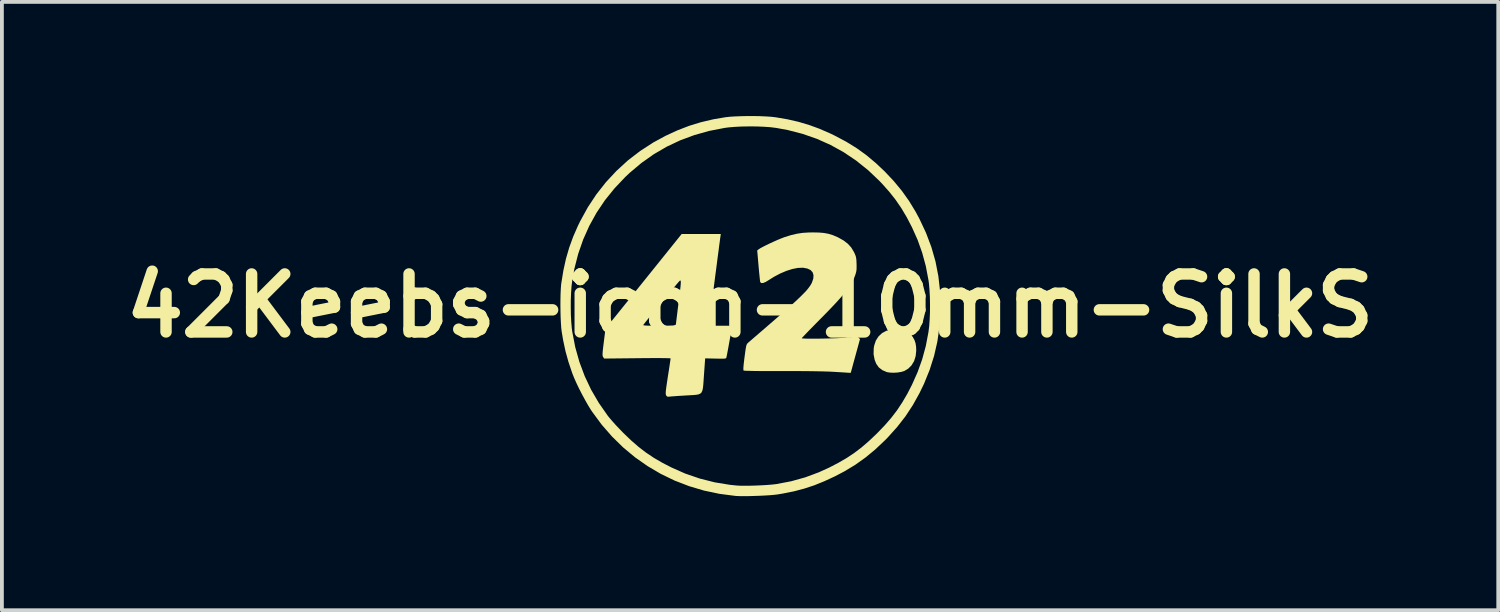
<source format=kicad_pcb>
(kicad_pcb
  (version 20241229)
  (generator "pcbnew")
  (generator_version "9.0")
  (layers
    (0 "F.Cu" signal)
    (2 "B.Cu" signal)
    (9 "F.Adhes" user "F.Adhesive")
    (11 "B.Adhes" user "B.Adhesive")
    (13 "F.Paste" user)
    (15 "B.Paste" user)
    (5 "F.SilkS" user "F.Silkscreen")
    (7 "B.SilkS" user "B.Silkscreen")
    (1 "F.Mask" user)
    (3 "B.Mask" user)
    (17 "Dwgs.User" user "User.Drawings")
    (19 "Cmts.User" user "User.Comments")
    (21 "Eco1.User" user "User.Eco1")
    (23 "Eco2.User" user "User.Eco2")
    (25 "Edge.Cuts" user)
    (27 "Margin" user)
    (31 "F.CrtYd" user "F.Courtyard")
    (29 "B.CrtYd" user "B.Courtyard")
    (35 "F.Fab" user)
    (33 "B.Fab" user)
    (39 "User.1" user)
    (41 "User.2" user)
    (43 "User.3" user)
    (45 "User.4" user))
  (footprint "42Keebs-icon-10mm-SilkS"
    (layer "F.Cu")
    (at 16.662 4.984)
    (property "Reference" "42Keebs-icon-10mm-SilkS" (at 0 0 0) (layer "F.SilkS") (effects (font (size 1.524 1.524) (thickness 0.3))))
    (attr board_only exclude_from_pos_files exclude_from_bom)
    (fp_poly (pts (xy 3.92 0.618) (xy 4.048 0.647) (xy 4.157 0.702) (xy 4.245 0.781) (xy 4.279 0.827) (xy 4.323 0.908) (xy 4.35 0.989) (xy 4.364 1.083) (xy 4.367 1.18) (xy 4.352 1.325) (xy 4.311 1.455) (xy 4.245 1.566) (xy 4.156 1.655) (xy 4.053 1.716) (xy 3.974 1.74) (xy 3.876 1.756) (xy 3.771 1.762) (xy 3.672 1.758) (xy 3.592 1.744) (xy 3.588 1.742) (xy 3.473 1.692) (xy 3.384 1.622) (xy 3.318 1.53) (xy 3.275 1.425) (xy 3.246 1.275) (xy 3.25 1.118) (xy 3.262 1.049) (xy 3.305 0.918) (xy 3.375 0.808) (xy 3.468 0.721) (xy 3.582 0.659) (xy 3.717 0.623) (xy 3.776 0.616)) (stroke (width 0) (type solid)) (fill yes) (layer "F.SilkS"))
    (fp_poly (pts (xy -0.775 -1.846) (xy -0.778 -1.823) (xy -0.786 -1.77) (xy -0.796 -1.688) (xy -0.811 -1.581) (xy -0.827 -1.452) (xy -0.847 -1.305) (xy -0.868 -1.14) (xy -0.891 -0.963) (xy -0.916 -0.775) (xy -0.926 -0.696) (xy -0.951 -0.504) (xy -0.975 -0.321) (xy -0.997 -0.15) (xy -1.018 0.007) (xy -1.036 0.146) (xy -1.052 0.264) (xy -1.065 0.359) (xy -1.074 0.426) (xy -1.08 0.465) (xy -1.081 0.471) (xy -1.09 0.526) (xy -0.543 0.526) (xy -0.515 0.584) (xy -0.506 0.605) (xy -0.501 0.627) (xy -0.499 0.655) (xy -0.502 0.694) (xy -0.509 0.749) (xy -0.522 0.825) (xy -0.54 0.926) (xy -0.551 0.987) (xy -0.57 1.093) (xy -0.588 1.189) (xy -0.603 1.269) (xy -0.615 1.328) (xy -0.622 1.361) (xy -0.623 1.364) (xy -0.628 1.376) (xy -0.64 1.384) (xy -0.664 1.389) (xy -0.704 1.392) (xy -0.766 1.392) (xy -0.855 1.391) (xy -0.906 1.39) (xy -1.18 1.384) (xy -1.211 1.817) (xy -1.221 1.962) (xy -1.229 2.078) (xy -1.239 2.167) (xy -1.254 2.233) (xy -1.276 2.28) (xy -1.309 2.311) (xy -1.356 2.331) (xy -1.42 2.342) (xy -1.503 2.349) (xy -1.61 2.355) (xy -1.669 2.358) (xy -1.779 2.365) (xy -1.884 2.371) (xy -1.976 2.378) (xy -2.049 2.383) (xy -2.095 2.387) (xy -2.097 2.388) (xy -2.149 2.392) (xy -2.179 2.387) (xy -2.197 2.37) (xy -2.206 2.354) (xy -2.213 2.337) (xy -2.216 2.315) (xy -2.216 2.282) (xy -2.213 2.235) (xy -2.205 2.17) (xy -2.193 2.083) (xy -2.176 1.97) (xy -2.159 1.855) (xy -2.14 1.735) (xy -2.123 1.625) (xy -2.109 1.531) (xy -2.098 1.457) (xy -2.091 1.407) (xy -2.088 1.385) (xy -2.088 1.385) (xy -2.105 1.382) (xy -2.153 1.38) (xy -2.23 1.378) (xy -2.335 1.377) (xy -2.464 1.377) (xy -2.615 1.377) (xy -2.785 1.378) (xy -2.962 1.38) (xy -3.835 1.389) (xy -3.861 1.349) (xy -3.87 1.333) (xy -3.875 1.313) (xy -3.877 1.283) (xy -3.875 1.238) (xy -3.87 1.175) (xy -3.86 1.089) (xy -3.846 0.974) (xy -3.844 0.958) (xy -3.8 0.606) (xy -3.72 0.505) (xy -2.806 0.505) (xy -2.805 0.512) (xy -2.788 0.517) (xy -2.751 0.521) (xy -2.692 0.524) (xy -2.608 0.525) (xy -2.495 0.526) (xy -2.388 0.526) (xy -2.27 0.526) (xy -2.165 0.525) (xy -2.076 0.522) (xy -2.008 0.52) (xy -1.965 0.517) (xy -1.952 0.514) (xy -1.95 0.494) (xy -1.944 0.445) (xy -1.935 0.371) (xy -1.923 0.275) (xy -1.909 0.162) (xy -1.894 0.037) (xy -1.885 -0.034) (xy -1.864 -0.196) (xy -1.848 -0.328) (xy -1.836 -0.432) (xy -1.827 -0.512) (xy -1.822 -0.571) (xy -1.82 -0.612) (xy -1.821 -0.639) (xy -1.824 -0.654) (xy -1.831 -0.661) (xy -1.839 -0.662) (xy -1.84 -0.662) (xy -1.854 -0.649) (xy -1.886 -0.614) (xy -1.935 -0.557) (xy -1.997 -0.484) (xy -2.071 -0.397) (xy -2.152 -0.299) (xy -2.24 -0.194) (xy -2.331 -0.084) (xy -2.422 0.027) (xy -2.512 0.137) (xy -2.597 0.242) (xy -2.675 0.339) (xy -2.743 0.424) (xy -2.799 0.496) (xy -2.806 0.505) (xy -3.72 0.505) (xy -2.799 -0.639) (xy -1.797 -1.885) (xy -0.769 -1.885)) (stroke (width 0) (type solid)) (fill yes) (layer "F.SilkS"))
    (fp_poly (pts (xy 1.807 -1.923) (xy 1.943 -1.911) (xy 2.063 -1.889) (xy 2.176 -1.854) (xy 2.291 -1.805) (xy 2.321 -1.791) (xy 2.461 -1.712) (xy 2.572 -1.626) (xy 2.66 -1.528) (xy 2.729 -1.413) (xy 2.758 -1.352) (xy 2.777 -1.302) (xy 2.788 -1.253) (xy 2.795 -1.194) (xy 2.798 -1.112) (xy 2.799 -1.105) (xy 2.8 -1.014) (xy 2.798 -0.946) (xy 2.789 -0.889) (xy 2.773 -0.832) (xy 2.768 -0.815) (xy 2.738 -0.736) (xy 2.703 -0.657) (xy 2.659 -0.577) (xy 2.605 -0.493) (xy 2.539 -0.402) (xy 2.458 -0.302) (xy 2.362 -0.191) (xy 2.248 -0.065) (xy 2.114 0.076) (xy 1.958 0.237) (xy 1.847 0.349) (xy 1.741 0.456) (xy 1.644 0.556) (xy 1.556 0.645) (xy 1.482 0.722) (xy 1.423 0.784) (xy 1.381 0.828) (xy 1.36 0.851) (xy 1.358 0.854) (xy 1.374 0.86) (xy 1.42 0.863) (xy 1.491 0.866) (xy 1.581 0.867) (xy 1.688 0.867) (xy 1.806 0.866) (xy 1.93 0.864) (xy 2.057 0.861) (xy 2.181 0.857) (xy 2.298 0.853) (xy 2.404 0.847) (xy 2.494 0.841) (xy 2.527 0.838) (xy 2.633 0.828) (xy 2.711 0.821) (xy 2.765 0.818) (xy 2.801 0.819) (xy 2.824 0.823) (xy 2.84 0.83) (xy 2.853 0.842) (xy 2.855 0.844) (xy 2.889 0.878) (xy 2.769 1.315) (xy 2.737 1.432) (xy 2.708 1.537) (xy 2.684 1.626) (xy 2.665 1.696) (xy 2.653 1.742) (xy 2.649 1.759) (xy 2.634 1.763) (xy 2.61 1.763) (xy 2.582 1.762) (xy 2.526 1.758) (xy 2.448 1.753) (xy 2.352 1.747) (xy 2.245 1.741) (xy 2.216 1.739) (xy 2.088 1.732) (xy 1.927 1.727) (xy 1.734 1.723) (xy 1.509 1.72) (xy 1.253 1.718) (xy 0.966 1.718) (xy 0.852 1.718) (xy 0.616 1.718) (xy 0.409 1.718) (xy 0.233 1.717) (xy 0.087 1.715) (xy -0.026 1.712) (xy -0.108 1.71) (xy -0.157 1.706) (xy -0.172 1.703) (xy -0.176 1.679) (xy -0.175 1.623) (xy -0.167 1.534) (xy -0.153 1.412) (xy -0.145 1.351) (xy -0.13 1.237) (xy -0.118 1.152) (xy -0.107 1.09) (xy -0.098 1.047) (xy -0.087 1.018) (xy -0.075 0.998) (xy -0.06 0.981) (xy -0.046 0.969) (xy -0.021 0.947) (xy 0.027 0.906) (xy 0.094 0.848) (xy 0.177 0.777) (xy 0.271 0.695) (xy 0.375 0.606) (xy 0.467 0.526) (xy 0.666 0.354) (xy 0.841 0.202) (xy 0.993 0.067) (xy 1.124 -0.05) (xy 1.236 -0.153) (xy 1.33 -0.243) (xy 1.408 -0.321) (xy 1.473 -0.389) (xy 1.524 -0.45) (xy 1.565 -0.504) (xy 1.597 -0.553) (xy 1.622 -0.599) (xy 1.626 -0.607) (xy 1.662 -0.713) (xy 1.667 -0.804) (xy 1.643 -0.879) (xy 1.59 -0.937) (xy 1.508 -0.976) (xy 1.399 -0.997) (xy 1.385 -0.998) (xy 1.257 -0.993) (xy 1.112 -0.965) (xy 0.955 -0.915) (xy 0.792 -0.846) (xy 0.628 -0.759) (xy 0.504 -0.681) (xy 0.414 -0.626) (xy 0.344 -0.597) (xy 0.296 -0.595) (xy 0.269 -0.619) (xy 0.264 -0.632) (xy 0.261 -0.66) (xy 0.255 -0.716) (xy 0.247 -0.795) (xy 0.237 -0.892) (xy 0.227 -1.001) (xy 0.222 -1.061) (xy 0.188 -1.452) (xy 0.225 -1.481) (xy 0.267 -1.509) (xy 0.334 -1.545) (xy 0.42 -1.589) (xy 0.517 -1.636) (xy 0.62 -1.683) (xy 0.721 -1.728) (xy 0.815 -1.767) (xy 0.895 -1.798) (xy 0.918 -1.806) (xy 1.084 -1.857) (xy 1.234 -1.892) (xy 1.381 -1.914) (xy 1.537 -1.924) (xy 1.647 -1.926)) (stroke (width 0) (type solid)) (fill yes) (layer "F.SilkS"))
    (fp_poly (pts (xy 0.261 -4.981) (xy 0.417 -4.974) (xy 0.556 -4.965) (xy 0.668 -4.952) (xy 0.671 -4.952) (xy 0.982 -4.899) (xy 1.27 -4.833) (xy 1.545 -4.752) (xy 1.816 -4.653) (xy 2.093 -4.533) (xy 2.233 -4.466) (xy 2.528 -4.309) (xy 2.799 -4.142) (xy 3.055 -3.958) (xy 3.302 -3.751) (xy 3.542 -3.525) (xy 3.78 -3.272) (xy 3.991 -3.016) (xy 4.179 -2.752) (xy 4.351 -2.469) (xy 4.45 -2.285) (xy 4.624 -1.914) (xy 4.765 -1.541) (xy 4.873 -1.164) (xy 4.948 -0.78) (xy 4.993 -0.386) (xy 5.006 0.019) (xy 5.003 0.161) (xy 4.977 0.56) (xy 4.922 0.945) (xy 4.836 1.32) (xy 4.719 1.688) (xy 4.571 2.053) (xy 4.453 2.297) (xy 4.278 2.612) (xy 4.085 2.906) (xy 3.867 3.186) (xy 3.622 3.459) (xy 3.541 3.541) (xy 3.288 3.78) (xy 3.032 3.991) (xy 2.767 4.18) (xy 2.484 4.351) (xy 2.233 4.483) (xy 1.954 4.612) (xy 1.688 4.72) (xy 1.423 4.807) (xy 1.151 4.879) (xy 0.861 4.937) (xy 0.722 4.96) (xy 0.637 4.97) (xy 0.526 4.98) (xy 0.397 4.988) (xy 0.256 4.995) (xy 0.11 5) (xy -0.033 5.004) (xy -0.165 5.005) (xy -0.28 5.004) (xy -0.371 5) (xy -0.391 4.998) (xy -0.806 4.944) (xy -1.21 4.859) (xy -1.603 4.742) (xy -1.982 4.596) (xy -2.346 4.42) (xy -2.694 4.215) (xy -3.025 3.983) (xy -3.337 3.723) (xy -3.628 3.438) (xy -3.899 3.127) (xy -4.146 2.792) (xy -4.174 2.751) (xy -4.247 2.634) (xy -4.326 2.496) (xy -4.408 2.345) (xy -4.488 2.19) (xy -4.561 2.038) (xy -4.624 1.897) (xy -4.672 1.776) (xy -4.673 1.774) (xy -4.771 1.482) (xy -4.85 1.198) (xy -4.912 0.909) (xy -4.952 0.671) (xy -4.963 0.574) (xy -4.971 0.452) (xy -4.978 0.31) (xy -4.982 0.156) (xy -4.983 0.043) (xy -4.712 0.043) (xy -4.709 0.24) (xy -4.699 0.426) (xy -4.685 0.593) (xy -4.672 0.688) (xy -4.594 1.091) (xy -4.485 1.478) (xy -4.346 1.85) (xy -4.177 2.208) (xy -3.976 2.553) (xy -3.744 2.886) (xy -3.741 2.891) (xy -3.688 2.956) (xy -3.617 3.038) (xy -3.534 3.131) (xy -3.443 3.227) (xy -3.352 3.322) (xy -3.328 3.346) (xy -3.125 3.541) (xy -2.929 3.711) (xy -2.732 3.862) (xy -2.526 4) (xy -2.302 4.13) (xy -2.063 4.253) (xy -1.696 4.415) (xy -1.317 4.544) (xy -0.929 4.642) (xy -0.533 4.707) (xy -0.348 4.726) (xy -0.258 4.731) (xy -0.142 4.732) (xy -0.008 4.731) (xy 0.137 4.727) (xy 0.283 4.721) (xy 0.424 4.713) (xy 0.552 4.703) (xy 0.658 4.692) (xy 0.696 4.687) (xy 1.08 4.614) (xy 1.45 4.511) (xy 1.81 4.377) (xy 2.08 4.254) (xy 2.319 4.13) (xy 2.535 4.005) (xy 2.734 3.873) (xy 2.924 3.729) (xy 3.114 3.566) (xy 3.31 3.381) (xy 3.346 3.345) (xy 3.541 3.143) (xy 3.711 2.947) (xy 3.862 2.75) (xy 3.999 2.543) (xy 4.13 2.32) (xy 4.254 2.08) (xy 4.403 1.746) (xy 4.524 1.408) (xy 4.619 1.058) (xy 4.689 0.69) (xy 4.689 0.688) (xy 4.708 0.538) (xy 4.72 0.363) (xy 4.728 0.172) (xy 4.729 -0.026) (xy 4.726 -0.222) (xy 4.716 -0.409) (xy 4.702 -0.576) (xy 4.689 -0.671) (xy 4.619 -1.04) (xy 4.524 -1.39) (xy 4.404 -1.728) (xy 4.254 -2.063) (xy 4.117 -2.326) (xy 3.975 -2.565) (xy 3.823 -2.786) (xy 3.655 -2.998) (xy 3.465 -3.211) (xy 3.396 -3.283) (xy 3.101 -3.563) (xy 2.789 -3.813) (xy 2.462 -4.033) (xy 2.117 -4.224) (xy 1.757 -4.385) (xy 1.38 -4.516) (xy 0.988 -4.617) (xy 0.688 -4.672) (xy 0.537 -4.691) (xy 0.363 -4.703) (xy 0.172 -4.711) (xy -0.026 -4.712) (xy -0.223 -4.709) (xy -0.409 -4.699) (xy -0.576 -4.685) (xy -0.671 -4.672) (xy -1.076 -4.593) (xy -1.464 -4.484) (xy -1.836 -4.346) (xy -2.192 -4.178) (xy -2.531 -3.98) (xy -2.854 -3.752) (xy -3.161 -3.494) (xy -3.283 -3.379) (xy -3.563 -3.083) (xy -3.814 -2.772) (xy -4.034 -2.444) (xy -4.224 -2.101) (xy -4.385 -1.741) (xy -4.516 -1.365) (xy -4.617 -0.972) (xy -4.672 -0.671) (xy -4.691 -0.521) (xy -4.703 -0.346) (xy -4.711 -0.155) (xy -4.712 0.043) (xy -4.983 0.043) (xy -4.984 -0.003) (xy -4.983 -0.159) (xy -4.98 -0.307) (xy -4.974 -0.439) (xy -4.966 -0.548) (xy -4.96 -0.594) (xy -4.906 -0.926) (xy -4.838 -1.234) (xy -4.753 -1.527) (xy -4.649 -1.813) (xy -4.523 -2.101) (xy -4.463 -2.224) (xy -4.264 -2.586) (xy -4.038 -2.928) (xy -3.786 -3.248) (xy -3.51 -3.544) (xy -3.211 -3.818) (xy -2.888 -4.066) (xy -2.544 -4.289) (xy -2.224 -4.463) (xy -1.912 -4.607) (xy -1.604 -4.726) (xy -1.291 -4.822) (xy -0.964 -4.899) (xy -0.654 -4.952) (xy -0.542 -4.965) (xy -0.404 -4.974) (xy -0.247 -4.98) (xy -0.079 -4.984) (xy 0.092 -4.984)) (stroke (width 0) (type solid)) (fill yes) (layer "F.SilkS")))
  (gr_rect
    (start -3 -3)
    (end 36.325 12.988)
    (stroke (width 0.1) (type default))
    (fill no)
    (layer "Edge.Cuts")))
</source>
